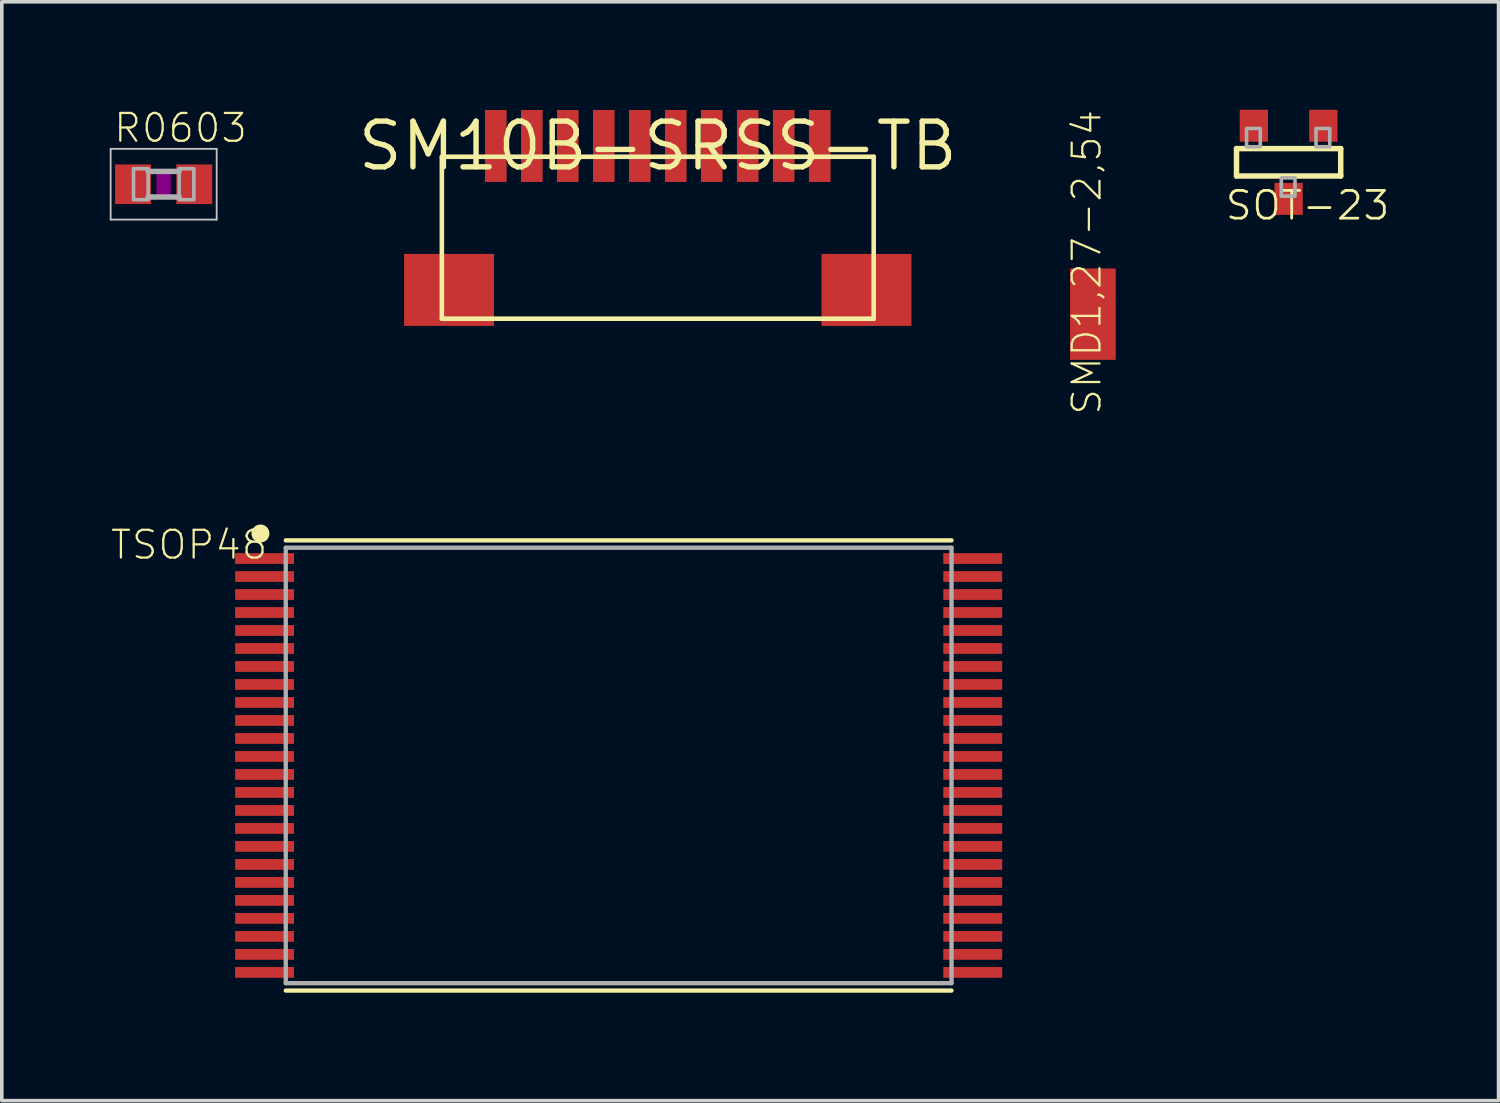
<source format=kicad_pcb>
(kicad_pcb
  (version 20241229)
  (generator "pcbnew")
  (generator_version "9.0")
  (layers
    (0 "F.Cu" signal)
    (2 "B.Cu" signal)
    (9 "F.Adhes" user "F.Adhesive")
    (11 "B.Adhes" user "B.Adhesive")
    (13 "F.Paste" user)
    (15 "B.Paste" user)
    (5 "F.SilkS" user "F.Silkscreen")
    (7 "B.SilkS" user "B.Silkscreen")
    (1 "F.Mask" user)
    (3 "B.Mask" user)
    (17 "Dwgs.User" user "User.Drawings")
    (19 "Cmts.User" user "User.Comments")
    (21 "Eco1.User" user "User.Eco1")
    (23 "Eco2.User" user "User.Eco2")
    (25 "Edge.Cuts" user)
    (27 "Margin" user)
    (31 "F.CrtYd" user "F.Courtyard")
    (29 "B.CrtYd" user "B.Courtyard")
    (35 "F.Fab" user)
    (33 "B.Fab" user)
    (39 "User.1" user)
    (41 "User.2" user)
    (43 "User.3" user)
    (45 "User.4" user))
  (footprint "SMD1,27-2,54"
    (layer "F.Cu")
    (at 27.319 5.68)
    (property "Reference" "SMD1,27-2,54" (at 0.28 2.845 270) (layer "F.SilkS") (effects (font (size 0.772 0.772) (thickness 0.062)) (justify left bottom)))
    (attr through_hole)
    (pad "1" smd rect (at 0 0) (size 1.27 2.54) (layers "F.Cu" "F.Mask" "F.Paste")))
  (footprint "TSOP48"
    (layer "F.Cu")
    (at 14.141 18.22)
    (property "Reference" "TSOP48" (at -11.938 -5.679 0) (layer "F.SilkS") (effects (font (size 0.772 0.772) (thickness 0.062)) (justify bottom)))
    (attr through_hole)
    (fp_line (start -9.25 -6.255) (end 9.25 -6.255) (stroke (width 0.12) (type solid)) (layer "F.SilkS"))
    (fp_line (start -9.25 6.255) (end 9.25 6.255) (stroke (width 0.12) (type solid)) (layer "F.SilkS"))
    (fp_circle (center -9.954 -6.445) (end -9.829 -6.445) (stroke (width 0.25) (type solid)) (fill no) (layer "F.SilkS"))
    (fp_line (start -9.25 -6.05) (end 9.25 -6.05) (stroke (width 0.12) (type solid)) (layer "F.Fab"))
    (fp_line (start -9.25 6.05) (end -9.25 -6.05) (stroke (width 0.12) (type solid)) (layer "F.Fab"))
    (fp_line (start 9.25 -6.05) (end 9.25 6.05) (stroke (width 0.12) (type solid)) (layer "F.Fab"))
    (fp_line (start 9.25 6.05) (end -9.25 6.05) (stroke (width 0.12) (type solid)) (layer "F.Fab"))
    (pad "1" smd rect (at -9.839 -5.75) (size 1.636 0.3) (layers "F.Cu" "F.Mask" "F.Paste"))
    (pad "2" smd rect (at -9.839 -5.25) (size 1.636 0.3) (layers "F.Cu" "F.Mask" "F.Paste"))
    (pad "3" smd rect (at -9.839 -4.75) (size 1.636 0.3) (layers "F.Cu" "F.Mask" "F.Paste"))
    (pad "4" smd rect (at -9.839 -4.25) (size 1.636 0.3) (layers "F.Cu" "F.Mask" "F.Paste"))
    (pad "5" smd rect (at -9.839 -3.75) (size 1.636 0.3) (layers "F.Cu" "F.Mask" "F.Paste"))
    (pad "6" smd rect (at -9.839 -3.25) (size 1.636 0.3) (layers "F.Cu" "F.Mask" "F.Paste"))
    (pad "7" smd rect (at -9.839 -2.75) (size 1.636 0.3) (layers "F.Cu" "F.Mask" "F.Paste"))
    (pad "8" smd rect (at -9.839 -2.25) (size 1.636 0.3) (layers "F.Cu" "F.Mask" "F.Paste"))
    (pad "9" smd rect (at -9.839 -1.75) (size 1.636 0.3) (layers "F.Cu" "F.Mask" "F.Paste"))
    (pad "10" smd rect (at -9.839 -1.25) (size 1.636 0.3) (layers "F.Cu" "F.Mask" "F.Paste"))
    (pad "11" smd rect (at -9.839 -0.75) (size 1.636 0.3) (layers "F.Cu" "F.Mask" "F.Paste"))
    (pad "12" smd rect (at -9.839 -0.25) (size 1.636 0.3) (layers "F.Cu" "F.Mask" "F.Paste"))
    (pad "13" smd rect (at -9.839 0.25) (size 1.636 0.3) (layers "F.Cu" "F.Mask" "F.Paste"))
    (pad "14" smd rect (at -9.839 0.75) (size 1.636 0.3) (layers "F.Cu" "F.Mask" "F.Paste"))
    (pad "15" smd rect (at -9.839 1.25) (size 1.636 0.3) (layers "F.Cu" "F.Mask" "F.Paste"))
    (pad "16" smd rect (at -9.839 1.75) (size 1.636 0.3) (layers "F.Cu" "F.Mask" "F.Paste"))
    (pad "17" smd rect (at -9.839 2.25) (size 1.636 0.3) (layers "F.Cu" "F.Mask" "F.Paste"))
    (pad "18" smd rect (at -9.839 2.75) (size 1.636 0.3) (layers "F.Cu" "F.Mask" "F.Paste"))
    (pad "19" smd rect (at -9.839 3.25) (size 1.636 0.3) (layers "F.Cu" "F.Mask" "F.Paste"))
    (pad "20" smd rect (at -9.839 3.75) (size 1.636 0.3) (layers "F.Cu" "F.Mask" "F.Paste"))
    (pad "21" smd rect (at -9.839 4.25) (size 1.636 0.3) (layers "F.Cu" "F.Mask" "F.Paste"))
    (pad "22" smd rect (at -9.839 4.75) (size 1.636 0.3) (layers "F.Cu" "F.Mask" "F.Paste"))
    (pad "23" smd rect (at -9.839 5.25) (size 1.636 0.3) (layers "F.Cu" "F.Mask" "F.Paste"))
    (pad "24" smd rect (at -9.839 5.75) (size 1.636 0.3) (layers "F.Cu" "F.Mask" "F.Paste"))
    (pad "25" smd rect (at 9.839 5.75) (size 1.636 0.3) (layers "F.Cu" "F.Mask" "F.Paste"))
    (pad "26" smd rect (at 9.839 5.25) (size 1.636 0.3) (layers "F.Cu" "F.Mask" "F.Paste"))
    (pad "27" smd rect (at 9.839 4.75) (size 1.636 0.3) (layers "F.Cu" "F.Mask" "F.Paste"))
    (pad "28" smd rect (at 9.839 4.25) (size 1.636 0.3) (layers "F.Cu" "F.Mask" "F.Paste"))
    (pad "29" smd rect (at 9.839 3.75) (size 1.636 0.3) (layers "F.Cu" "F.Mask" "F.Paste"))
    (pad "30" smd rect (at 9.839 3.25) (size 1.636 0.3) (layers "F.Cu" "F.Mask" "F.Paste"))
    (pad "31" smd rect (at 9.839 2.75) (size 1.636 0.3) (layers "F.Cu" "F.Mask" "F.Paste"))
    (pad "32" smd rect (at 9.839 2.25) (size 1.636 0.3) (layers "F.Cu" "F.Mask" "F.Paste"))
    (pad "33" smd rect (at 9.839 1.75) (size 1.636 0.3) (layers "F.Cu" "F.Mask" "F.Paste"))
    (pad "34" smd rect (at 9.839 1.25) (size 1.636 0.3) (layers "F.Cu" "F.Mask" "F.Paste"))
    (pad "35" smd rect (at 9.839 0.75) (size 1.636 0.3) (layers "F.Cu" "F.Mask" "F.Paste"))
    (pad "36" smd rect (at 9.839 0.25) (size 1.636 0.3) (layers "F.Cu" "F.Mask" "F.Paste"))
    (pad "37" smd rect (at 9.839 -0.25) (size 1.636 0.3) (layers "F.Cu" "F.Mask" "F.Paste"))
    (pad "38" smd rect (at 9.839 -0.75) (size 1.636 0.3) (layers "F.Cu" "F.Mask" "F.Paste"))
    (pad "39" smd rect (at 9.839 -1.25) (size 1.636 0.3) (layers "F.Cu" "F.Mask" "F.Paste"))
    (pad "40" smd rect (at 9.839 -1.75) (size 1.636 0.3) (layers "F.Cu" "F.Mask" "F.Paste"))
    (pad "41" smd rect (at 9.839 -2.25) (size 1.636 0.3) (layers "F.Cu" "F.Mask" "F.Paste"))
    (pad "42" smd rect (at 9.839 -2.75) (size 1.636 0.3) (layers "F.Cu" "F.Mask" "F.Paste"))
    (pad "43" smd rect (at 9.839 -3.25) (size 1.636 0.3) (layers "F.Cu" "F.Mask" "F.Paste"))
    (pad "44" smd rect (at 9.839 -3.75) (size 1.636 0.3) (layers "F.Cu" "F.Mask" "F.Paste"))
    (pad "45" smd rect (at 9.839 -4.25) (size 1.636 0.3) (layers "F.Cu" "F.Mask" "F.Paste"))
    (pad "46" smd rect (at 9.839 -4.75) (size 1.636 0.3) (layers "F.Cu" "F.Mask" "F.Paste"))
    (pad "47" smd rect (at 9.839 -5.25) (size 1.636 0.3) (layers "F.Cu" "F.Mask" "F.Paste"))
    (pad "48" smd rect (at 9.839 -5.75) (size 1.636 0.3) (layers "F.Cu" "F.Mask" "F.Paste")))
  (footprint "SM10B-SRSS-TB"
    (layer "F.Cu")
    (at 15.228 1.006)
    (property "Reference" "SM10B-SRSS-TB" (at 0 0 0) (layer "F.SilkS") (effects (font (size 1.27 1.27) (thickness 0.15))))
    (attr through_hole)
    (fp_line (start -6 0.3) (end -6 4.8) (stroke (width 0.127) (type solid)) (layer "F.SilkS"))
    (fp_line (start -6 4.8) (end 6 4.8) (stroke (width 0.127) (type solid)) (layer "F.SilkS"))
    (fp_line (start 6 0.3) (end -6 0.3) (stroke (width 0.127) (type solid)) (layer "F.SilkS"))
    (fp_line (start 6 4.8) (end 6 0.3) (stroke (width 0.127) (type solid)) (layer "F.SilkS"))
    (pad "1" smd rect (at -4.5 0) (size 0.6 2) (layers "F.Cu" "F.Mask" "F.Paste"))
    (pad "2" smd rect (at -3.5 0) (size 0.6 2) (layers "F.Cu" "F.Mask" "F.Paste"))
    (pad "3" smd rect (at -2.5 0) (size 0.6 2) (layers "F.Cu" "F.Mask" "F.Paste"))
    (pad "4" smd rect (at -1.5 0) (size 0.6 2) (layers "F.Cu" "F.Mask" "F.Paste"))
    (pad "5" smd rect (at -0.5 0) (size 0.6 2) (layers "F.Cu" "F.Mask" "F.Paste"))
    (pad "6" smd rect (at 0.5 0) (size 0.6 2) (layers "F.Cu" "F.Mask" "F.Paste"))
    (pad "7" smd rect (at 1.5 0) (size 0.6 2) (layers "F.Cu" "F.Mask" "F.Paste"))
    (pad "8" smd rect (at 2.5 0) (size 0.6 2) (layers "F.Cu" "F.Mask" "F.Paste"))
    (pad "9" smd rect (at 3.5 0) (size 0.6 2) (layers "F.Cu" "F.Mask" "F.Paste"))
    (pad "10" smd rect (at 4.5 0) (size 0.6 2) (layers "F.Cu" "F.Mask" "F.Paste"))
    (pad "C1" smd rect (at -5.8 4) (size 2.5 2) (layers "F.Cu" "F.Mask" "F.Paste"))
    (pad "C2" smd rect (at 5.8 4) (size 2.5 2) (layers "F.Cu" "F.Mask" "F.Paste")))
  (footprint "SOT-23"
    (layer "F.Cu")
    (at 32.732 1.46)
    (property "Reference" "SOT-23" (at -1.778 1.651 180) (layer "F.SilkS") (effects (font (size 0.772 0.772) (thickness 0.077)) (justify left bottom)))
    (attr through_hole)
    (fp_line (start -1.422 -0.381) (end 1.473 -0.381) (stroke (width 0.152) (type solid)) (layer "F.SilkS"))
    (fp_line (start -1.422 0.381) (end -1.422 -0.381) (stroke (width 0.152) (type solid)) (layer "F.SilkS"))
    (fp_line (start 1.473 -0.381) (end 1.473 0.381) (stroke (width 0.152) (type solid)) (layer "F.SilkS"))
    (fp_line (start 1.473 0.381) (end -1.422 0.381) (stroke (width 0.152) (type solid)) (layer "F.SilkS"))
    (fp_poly (pts (xy -1.143 -0.432) (xy -0.762 -0.432) (xy -0.762 -0.94) (xy -1.143 -0.94)) (stroke (width 0.1) (type solid)) (fill no) (layer "F.Fab"))
    (fp_poly (pts (xy -0.178 0.94) (xy 0.203 0.94) (xy 0.203 0.432) (xy -0.178 0.432)) (stroke (width 0.1) (type solid)) (fill no) (layer "F.Fab"))
    (fp_poly (pts (xy 0.787 -0.432) (xy 1.168 -0.432) (xy 1.168 -0.94) (xy 0.787 -0.94)) (stroke (width 0.1) (type solid)) (fill no) (layer "F.Fab"))
    (pad "1" smd rect (at 0.025 1.016) (size 0.787 0.889) (layers "F.Cu" "F.Mask" "F.Paste"))
    (pad "2" smd rect (at -0.94 -1.016) (size 0.787 0.889) (layers "F.Cu" "F.Mask" "F.Paste"))
    (pad "3" smd rect (at 0.991 -1.016) (size 0.787 0.889) (layers "F.Cu" "F.Mask" "F.Paste")))
  (footprint "R0603"
    (layer "F.Cu")
    (at 1.498 2.069)
    (property "Reference" "R0603" (at -1.429 -1.111 0) (layer "F.SilkS") (effects (font (size 0.772 0.772) (thickness 0.062)) (justify left bottom)))
    (attr through_hole)
    (fp_poly (pts (xy -0.2 0.4) (xy 0.2 0.4) (xy 0.2 -0.4) (xy -0.2 -0.4)) (stroke (width 0) (type solid)) (fill yes) (layer "F.Adhes"))
    (fp_line (start -1.473 -0.983) (end 1.473 -0.983) (stroke (width 0.051) (type solid)) (layer "Dwgs.User"))
    (fp_line (start -1.473 0.983) (end -1.473 -0.983) (stroke (width 0.051) (type solid)) (layer "Dwgs.User"))
    (fp_line (start 1.473 -0.983) (end 1.473 0.983) (stroke (width 0.051) (type solid)) (layer "Dwgs.User"))
    (fp_line (start 1.473 0.983) (end -1.473 0.983) (stroke (width 0.051) (type solid)) (layer "Dwgs.User"))
    (fp_line (start -0.432 0.356) (end 0.432 0.356) (stroke (width 0.152) (type solid)) (layer "F.Fab"))
    (fp_line (start 0.432 -0.356) (end -0.432 -0.356) (stroke (width 0.152) (type solid)) (layer "F.Fab"))
    (fp_poly (pts (xy -0.838 0.432) (xy -0.432 0.432) (xy -0.432 -0.432) (xy -0.838 -0.432)) (stroke (width 0.1) (type solid)) (fill no) (layer "F.Fab"))
    (fp_poly (pts (xy 0.432 0.432) (xy 0.838 0.432) (xy 0.838 -0.432) (xy 0.432 -0.432)) (stroke (width 0.1) (type solid)) (fill no) (layer "F.Fab"))
    (pad "1" smd rect (at -0.85 0) (size 1 1.1) (layers "F.Cu" "F.Mask" "F.Paste"))
    (pad "2" smd rect (at 0.85 0) (size 1 1.1) (layers "F.Cu" "F.Mask" "F.Paste")))
  (gr_rect
    (start -3 -3)
    (end 38.591 27.534)
    (stroke (width 0.1) (type default))
    (fill no)
    (layer "Edge.Cuts")))
</source>
